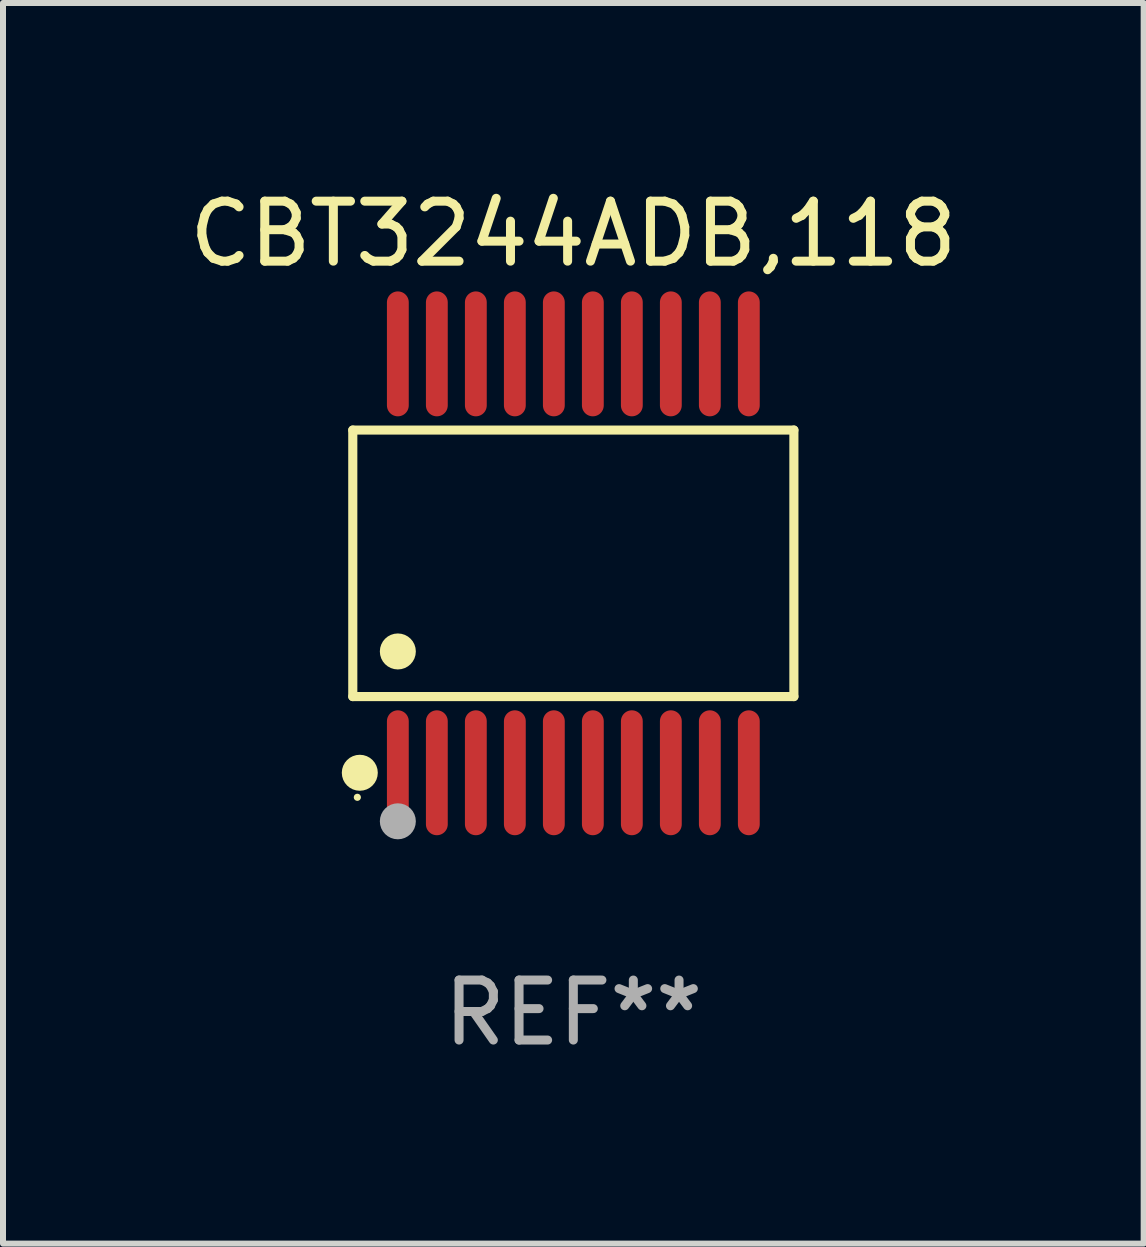
<source format=kicad_pcb>
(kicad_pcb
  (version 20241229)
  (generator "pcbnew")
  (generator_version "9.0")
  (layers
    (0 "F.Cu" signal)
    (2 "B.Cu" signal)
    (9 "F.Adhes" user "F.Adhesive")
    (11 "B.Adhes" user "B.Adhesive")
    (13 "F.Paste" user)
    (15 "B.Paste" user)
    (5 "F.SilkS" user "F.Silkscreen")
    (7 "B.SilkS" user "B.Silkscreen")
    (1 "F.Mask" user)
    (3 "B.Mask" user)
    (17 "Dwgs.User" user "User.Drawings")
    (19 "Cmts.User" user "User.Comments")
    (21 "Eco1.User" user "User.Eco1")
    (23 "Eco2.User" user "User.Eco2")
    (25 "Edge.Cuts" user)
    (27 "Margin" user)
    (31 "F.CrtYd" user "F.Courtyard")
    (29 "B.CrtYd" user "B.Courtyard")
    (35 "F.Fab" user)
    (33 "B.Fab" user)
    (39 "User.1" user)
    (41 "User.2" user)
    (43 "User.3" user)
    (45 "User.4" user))
  (footprint "CBT3244ADB,118"
    (layer "F.Cu")
    (at 6.506 6.339)
    (property "Reference" "CBT3244ADB,118" (at 0 -5.491 0) (layer "F.SilkS") (effects (font (size 1 1) (thickness 0.15))))
    (attr through_hole)
    (fp_line (start -3.676 -2.221) (end 3.676 -2.221) (stroke (width 0.152) (type solid)) (layer "F.SilkS"))
    (fp_line (start -3.676 2.221) (end -3.676 -2.221) (stroke (width 0.152) (type solid)) (layer "F.SilkS"))
    (fp_line (start 3.676 -2.221) (end 3.676 2.221) (stroke (width 0.152) (type solid)) (layer "F.SilkS"))
    (fp_line (start 3.676 2.221) (end -3.676 2.221) (stroke (width 0.152) (type solid)) (layer "F.SilkS"))
    (fp_circle (center -3.6 3.9) (end -3.57 3.9) (stroke (width 0.06) (type solid)) (fill no) (layer "F.SilkS"))
    (fp_circle (center -3.559 3.491) (end -3.409 3.491) (stroke (width 0.3) (type solid)) (fill no) (layer "F.SilkS"))
    (fp_circle (center -2.925 1.469) (end -2.775 1.469) (stroke (width 0.3) (type solid)) (fill no) (layer "F.SilkS"))
    (fp_circle (center -2.925 4.3) (end -2.775 4.3) (stroke (width 0.3) (type solid)) (fill no) (layer "F.Fab"))
    (fp_text user "REF**" (at 0 7.491 0) (layer "F.Fab") (effects (font (size 1 1) (thickness 0.15))))
    (pad "1" smd oval (at -2.925 3.491) (size 0.364 2.082) (layers "F.Cu" "F.Mask" "F.Paste"))
    (pad "2" smd oval (at -2.275 3.491) (size 0.364 2.082) (layers "F.Cu" "F.Mask" "F.Paste"))
    (pad "3" smd oval (at -1.625 3.491) (size 0.364 2.082) (layers "F.Cu" "F.Mask" "F.Paste"))
    (pad "4" smd oval (at -0.975 3.491) (size 0.364 2.082) (layers "F.Cu" "F.Mask" "F.Paste"))
    (pad "5" smd oval (at -0.325 3.491) (size 0.364 2.082) (layers "F.Cu" "F.Mask" "F.Paste"))
    (pad "6" smd oval (at 0.325 3.491) (size 0.364 2.082) (layers "F.Cu" "F.Mask" "F.Paste"))
    (pad "7" smd oval (at 0.975 3.491) (size 0.364 2.082) (layers "F.Cu" "F.Mask" "F.Paste"))
    (pad "8" smd oval (at 1.625 3.491) (size 0.364 2.082) (layers "F.Cu" "F.Mask" "F.Paste"))
    (pad "9" smd oval (at 2.275 3.491) (size 0.364 2.082) (layers "F.Cu" "F.Mask" "F.Paste"))
    (pad "10" smd oval (at 2.925 3.491) (size 0.364 2.082) (layers "F.Cu" "F.Mask" "F.Paste"))
    (pad "11" smd oval (at 2.925 -3.491) (size 0.364 2.082) (layers "F.Cu" "F.Mask" "F.Paste"))
    (pad "12" smd oval (at 2.275 -3.491) (size 0.364 2.082) (layers "F.Cu" "F.Mask" "F.Paste"))
    (pad "13" smd oval (at 1.625 -3.491) (size 0.364 2.082) (layers "F.Cu" "F.Mask" "F.Paste"))
    (pad "14" smd oval (at 0.975 -3.491) (size 0.364 2.082) (layers "F.Cu" "F.Mask" "F.Paste"))
    (pad "15" smd oval (at 0.325 -3.491) (size 0.364 2.082) (layers "F.Cu" "F.Mask" "F.Paste"))
    (pad "16" smd oval (at -0.325 -3.491) (size 0.364 2.082) (layers "F.Cu" "F.Mask" "F.Paste"))
    (pad "17" smd oval (at -0.975 -3.491) (size 0.364 2.082) (layers "F.Cu" "F.Mask" "F.Paste"))
    (pad "18" smd oval (at -1.625 -3.491) (size 0.364 2.082) (layers "F.Cu" "F.Mask" "F.Paste"))
    (pad "19" smd oval (at -2.275 -3.491) (size 0.364 2.082) (layers "F.Cu" "F.Mask" "F.Paste"))
    (pad "20" smd oval (at -2.925 -3.491) (size 0.364 2.082) (layers "F.Cu" "F.Mask" "F.Paste")))
  (gr_rect
    (start -3 -3)
    (end 16.012 17.678)
    (stroke (width 0.1) (type default))
    (fill no)
    (layer "Edge.Cuts")))
</source>
